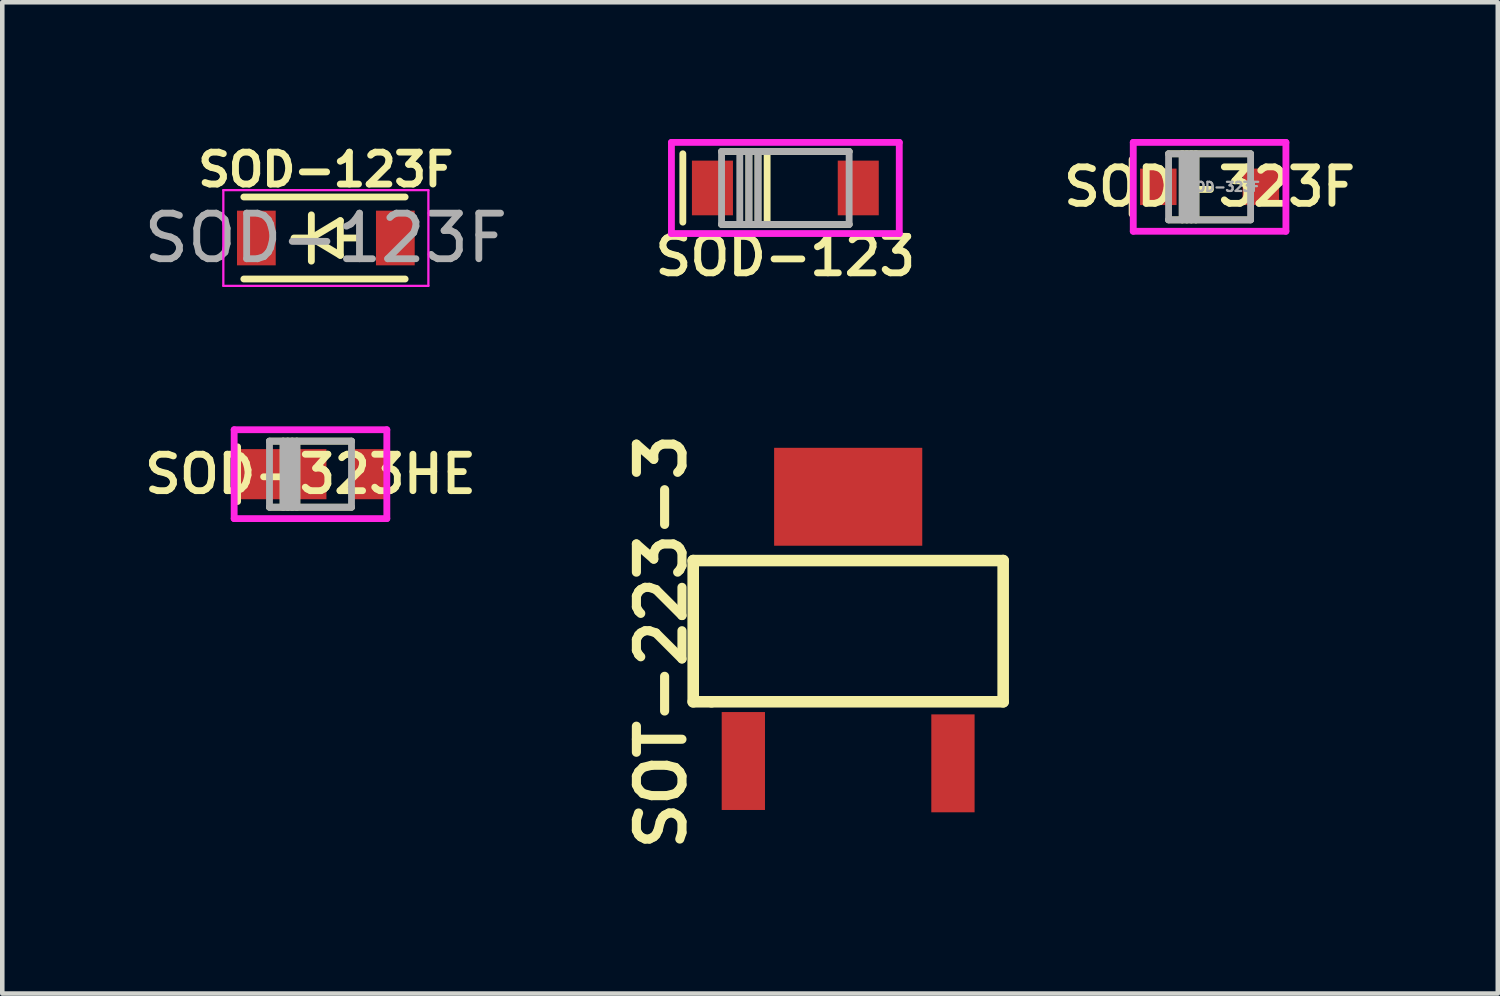
<source format=kicad_pcb>
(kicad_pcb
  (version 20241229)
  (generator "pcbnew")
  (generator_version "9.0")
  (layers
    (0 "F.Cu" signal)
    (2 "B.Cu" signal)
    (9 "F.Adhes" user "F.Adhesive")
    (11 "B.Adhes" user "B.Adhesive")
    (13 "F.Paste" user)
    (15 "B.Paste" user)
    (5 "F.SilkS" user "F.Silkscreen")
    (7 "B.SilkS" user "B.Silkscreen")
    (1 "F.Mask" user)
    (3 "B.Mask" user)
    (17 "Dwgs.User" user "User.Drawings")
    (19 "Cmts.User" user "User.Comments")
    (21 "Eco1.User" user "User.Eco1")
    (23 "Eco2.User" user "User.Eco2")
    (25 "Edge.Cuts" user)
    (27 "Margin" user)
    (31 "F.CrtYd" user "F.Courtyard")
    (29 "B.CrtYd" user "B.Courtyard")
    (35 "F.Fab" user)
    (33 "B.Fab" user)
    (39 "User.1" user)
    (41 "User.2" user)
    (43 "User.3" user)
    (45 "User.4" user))
  (footprint "SOD-323HE"
    (layer "F.Cu")
    (at 3.764 7.356)
    (property "Reference" "SOD-323HE" (at 0 0 0) (layer "F.SilkS") (effects (font (size 0.8 0.8) (thickness 0.15))))
    (attr smd)
    (fp_line (start -1.6 -0.6) (end -1.6 0.6) (stroke (width 0.15) (type solid)) (layer "F.SilkS"))
    (fp_line (start -0.6 0.725) (end -0.6 -0.725) (stroke (width 0.15) (type solid)) (layer "F.SilkS"))
    (fp_line (start -0.5 -0.725) (end -0.5 0.725) (stroke (width 0.15) (type solid)) (layer "F.SilkS"))
    (fp_line (start -0.4 0.725) (end -0.4 -0.725) (stroke (width 0.15) (type solid)) (layer "F.SilkS"))
    (fp_line (start -0.3 -0.725) (end -0.3 0.725) (stroke (width 0.15) (type solid)) (layer "F.SilkS"))
    (fp_line (start 0.9 -0.725) (end -0.9 -0.725) (stroke (width 0.15) (type solid)) (layer "F.SilkS"))
    (fp_line (start 0.9 0.725) (end -0.9 0.725) (stroke (width 0.15) (type solid)) (layer "F.SilkS"))
    (fp_line (start -1.675 -0.975) (end 1.675 -0.975) (stroke (width 0.15) (type solid)) (layer "F.CrtYd"))
    (fp_line (start -1.675 0.975) (end -1.675 -0.975) (stroke (width 0.15) (type solid)) (layer "F.CrtYd"))
    (fp_line (start 1.675 -0.975) (end 1.675 0.975) (stroke (width 0.15) (type solid)) (layer "F.CrtYd"))
    (fp_line (start 1.675 0.975) (end -1.675 0.975) (stroke (width 0.15) (type solid)) (layer "F.CrtYd"))
    (fp_line (start -0.9 -0.725) (end 0.9 -0.725) (stroke (width 0.15) (type solid)) (layer "F.Fab"))
    (fp_line (start -0.9 0.725) (end -0.9 -0.725) (stroke (width 0.15) (type solid)) (layer "F.Fab"))
    (fp_line (start -0.6 -0.725) (end -0.6 0.725) (stroke (width 0.15) (type solid)) (layer "F.Fab"))
    (fp_line (start -0.5 0.725) (end -0.5 -0.725) (stroke (width 0.15) (type solid)) (layer "F.Fab"))
    (fp_line (start -0.4 -0.725) (end -0.4 0.725) (stroke (width 0.15) (type solid)) (layer "F.Fab"))
    (fp_line (start -0.3 0.725) (end -0.3 -0.725) (stroke (width 0.15) (type solid)) (layer "F.Fab"))
    (fp_line (start 0.9 -0.725) (end 0.9 0.725) (stroke (width 0.15) (type solid)) (layer "F.Fab"))
    (fp_line (start 0.9 0.725) (end -0.9 0.725) (stroke (width 0.15) (type solid)) (layer "F.Fab"))
    (pad "1" smd rect (at -0.65 0) (size 2 1.1) (layers "F.Cu" "F.Mask" "F.Paste"))
    (pad "2" smd rect (at 1.25 0) (size 0.8 1.1) (layers "F.Cu" "F.Mask" "F.Paste")))
  (footprint "SOD-123"
    (layer "F.Cu")
    (at 14.185 1.075)
    (property "Reference" "SOD-123" (at 0 1.5 0) (layer "F.SilkS") (effects (font (size 0.8 0.8) (thickness 0.15))))
    (attr smd)
    (fp_line (start -2.25 -0.75) (end -2.25 0.75) (stroke (width 0.15) (type solid)) (layer "F.SilkS"))
    (fp_line (start -1.4 -0.8) (end 1.4 -0.8) (stroke (width 0.15) (type solid)) (layer "F.SilkS"))
    (fp_line (start -0.8 -0.8) (end -0.8 0.8) (stroke (width 0.15) (type solid)) (layer "F.SilkS"))
    (fp_line (start -0.6 0.8) (end -0.6 -0.8) (stroke (width 0.15) (type solid)) (layer "F.SilkS"))
    (fp_line (start -0.4 -0.8) (end -0.4 0.8) (stroke (width 0.15) (type solid)) (layer "F.SilkS"))
    (fp_line (start 1.4 0.8) (end -1.4 0.8) (stroke (width 0.15) (type solid)) (layer "F.SilkS"))
    (fp_line (start -2.5 -1) (end 2.5 -1) (stroke (width 0.15) (type solid)) (layer "F.CrtYd"))
    (fp_line (start -2.5 1) (end -2.5 -1) (stroke (width 0.15) (type solid)) (layer "F.CrtYd"))
    (fp_line (start 2.5 -1) (end 2.5 1) (stroke (width 0.15) (type solid)) (layer "F.CrtYd"))
    (fp_line (start 2.5 1) (end -2.5 1) (stroke (width 0.15) (type solid)) (layer "F.CrtYd"))
    (fp_line (start -1.4 -0.8) (end 1.4 -0.8) (stroke (width 0.15) (type solid)) (layer "F.Fab"))
    (fp_line (start -1.4 0.8) (end -1.4 -0.8) (stroke (width 0.15) (type solid)) (layer "F.Fab"))
    (fp_line (start -1 -0.8) (end -1 0.8) (stroke (width 0.15) (type solid)) (layer "F.Fab"))
    (fp_line (start -0.8 -0.8) (end -0.8 0.8) (stroke (width 0.15) (type solid)) (layer "F.Fab"))
    (fp_line (start -0.6 0.8) (end -0.6 -0.8) (stroke (width 0.15) (type solid)) (layer "F.Fab"))
    (fp_line (start 1.4 -0.8) (end 1.4 0.8) (stroke (width 0.15) (type solid)) (layer "F.Fab"))
    (fp_line (start 1.4 0.8) (end -1.4 0.8) (stroke (width 0.15) (type solid)) (layer "F.Fab"))
    (pad "1" smd rect (at -1.6 0) (size 0.9 1.2) (layers "F.Cu" "F.Mask" "F.Paste"))
    (pad "2" smd rect (at 1.6 0) (size 0.9 1.2) (layers "F.Cu" "F.Mask" "F.Paste")))
  (footprint "SOT-223-3"
    (layer "F.Cu")
    (at 15.564 10.73)
    (property "Reference" "SOT-223-3" (at -4.1 0.3 90) (layer "F.SilkS") (effects (font (size 1 1) (thickness 0.2))))
    (attr smd)
    (fp_line (start -3.401 -1.478) (end 3.401 -1.478) (stroke (width 0.254) (type solid)) (layer "F.SilkS"))
    (fp_line (start -3.401 1.621) (end -3.401 -1.478) (stroke (width 0.254) (type solid)) (layer "F.SilkS"))
    (fp_line (start -3 1.621) (end -3.401 1.621) (stroke (width 0.254) (type solid)) (layer "F.SilkS"))
    (fp_line (start -3 1.621) (end 3.401 1.621) (stroke (width 0.254) (type solid)) (layer "F.SilkS"))
    (fp_line (start 3.401 1.621) (end 3.401 -1.478) (stroke (width 0.254) (type solid)) (layer "F.SilkS"))
    (pad "1" smd rect (at -2.301 2.921) (size 0.95 2.149) (layers "F.Cu" "F.Mask" "F.Paste"))
    (pad "2" smd rect (at 0 -2.878) (size 3.251 2.149) (layers "F.Cu" "F.Mask" "F.Paste"))
    (pad "3" smd rect (at 2.299 2.972) (size 0.95 2.149) (layers "F.Cu" "F.Mask" "F.Paste")))
  (footprint "SOD-123F"
    (layer "F.Cu")
    (at 4.101 2.173)
    (property "Reference" "SOD-123F" (at 0 -1.5 0) (layer "F.SilkS") (effects (font (size 0.7 0.7) (thickness 0.15))))
    (attr smd)
    (fp_line (start -1.8 -0.9) (end 1.74 -0.9) (stroke (width 0.15) (type solid)) (layer "F.SilkS"))
    (fp_line (start -1.8 0.9) (end 1.74 0.9) (stroke (width 0.15) (type solid)) (layer "F.SilkS"))
    (fp_line (start -0.699 0) (end -0.318 0) (stroke (width 0.15) (type solid)) (layer "F.SilkS"))
    (fp_line (start -0.318 -0.508) (end -0.318 0.508) (stroke (width 0.15) (type solid)) (layer "F.SilkS"))
    (fp_line (start -0.318 0) (end 0.318 -0.381) (stroke (width 0.15) (type solid)) (layer "F.SilkS"))
    (fp_line (start 0.318 -0.381) (end 0.318 0.381) (stroke (width 0.15) (type solid)) (layer "F.SilkS"))
    (fp_line (start 0.318 0) (end 0.699 0) (stroke (width 0.15) (type solid)) (layer "F.SilkS"))
    (fp_line (start 0.318 0.381) (end -0.318 0) (stroke (width 0.15) (type solid)) (layer "F.SilkS"))
    (fp_line (start -2.25 -1.05) (end -2.25 1.05) (stroke (width 0.05) (type solid)) (layer "F.CrtYd"))
    (fp_line (start -2.25 -1.05) (end 2.25 -1.05) (stroke (width 0.05) (type solid)) (layer "F.CrtYd"))
    (fp_line (start 2.25 -1.05) (end 2.25 1.05) (stroke (width 0.05) (type solid)) (layer "F.CrtYd"))
    (fp_line (start 2.25 1.05) (end -2.25 1.05) (stroke (width 0.05) (type solid)) (layer "F.CrtYd"))
    (fp_text user "${REFERENCE}" (at 0 0 0) (layer "F.Fab") (effects (font (size 1 1) (thickness 0.15))))
    (pad "1" smd rect (at -1.525 0) (size 0.85 1.2) (layers "F.Cu" "F.Mask" "F.Paste"))
    (pad "2" smd rect (at 1.525 0) (size 0.85 1.2) (layers "F.Cu" "F.Mask" "F.Paste")))
  (footprint "SOD-323F"
    (layer "F.Cu")
    (at 23.495 1.05)
    (property "Reference" "SOD-323F" (at 0 0 0) (layer "F.SilkS") (effects (font (size 0.8 0.8) (thickness 0.15))))
    (attr smd)
    (fp_line (start -1.7 -0.6) (end -1.7 0.6) (stroke (width 0.15) (type solid)) (layer "F.SilkS"))
    (fp_line (start -0.6 0.725) (end -0.6 -0.725) (stroke (width 0.15) (type solid)) (layer "F.SilkS"))
    (fp_line (start -0.5 -0.725) (end -0.5 0.725) (stroke (width 0.15) (type solid)) (layer "F.SilkS"))
    (fp_line (start -0.4 0.725) (end -0.4 -0.725) (stroke (width 0.15) (type solid)) (layer "F.SilkS"))
    (fp_line (start -0.3 -0.725) (end -0.3 0.725) (stroke (width 0.15) (type solid)) (layer "F.SilkS"))
    (fp_line (start 0.9 -0.725) (end -0.9 -0.725) (stroke (width 0.15) (type solid)) (layer "F.SilkS"))
    (fp_line (start 0.9 0.725) (end -0.9 0.725) (stroke (width 0.15) (type solid)) (layer "F.SilkS"))
    (fp_line (start -1.675 -0.975) (end 1.675 -0.975) (stroke (width 0.15) (type solid)) (layer "F.CrtYd"))
    (fp_line (start -1.675 0.975) (end -1.675 -0.975) (stroke (width 0.15) (type solid)) (layer "F.CrtYd"))
    (fp_line (start 1.675 -0.975) (end 1.675 0.975) (stroke (width 0.15) (type solid)) (layer "F.CrtYd"))
    (fp_line (start 1.675 0.975) (end -1.675 0.975) (stroke (width 0.15) (type solid)) (layer "F.CrtYd"))
    (fp_line (start -0.9 -0.725) (end 0.9 -0.725) (stroke (width 0.15) (type solid)) (layer "F.Fab"))
    (fp_line (start -0.9 0.725) (end -0.9 -0.725) (stroke (width 0.15) (type solid)) (layer "F.Fab"))
    (fp_line (start -0.6 -0.725) (end -0.6 0.725) (stroke (width 0.15) (type solid)) (layer "F.Fab"))
    (fp_line (start -0.5 0.725) (end -0.5 -0.725) (stroke (width 0.15) (type solid)) (layer "F.Fab"))
    (fp_line (start -0.4 -0.725) (end -0.4 0.725) (stroke (width 0.15) (type solid)) (layer "F.Fab"))
    (fp_line (start -0.3 0.725) (end -0.3 -0.725) (stroke (width 0.15) (type solid)) (layer "F.Fab"))
    (fp_line (start 0.9 -0.725) (end 0.9 0.725) (stroke (width 0.15) (type solid)) (layer "F.Fab"))
    (fp_line (start 0.9 0.725) (end -0.9 0.725) (stroke (width 0.15) (type solid)) (layer "F.Fab"))
    (fp_text user "${REFERENCE}" (at 0.3 0 0) (layer "F.Fab") (effects (font (size 0.2 0.2) (thickness 0.05))))
    (pad "1" smd rect (at -1.125 0) (size 0.8 0.8) (layers "F.Cu" "F.Mask" "F.Paste"))
    (pad "2" smd rect (at 1.125 0) (size 0.8 0.8) (layers "F.Cu" "F.Mask" "F.Paste")))
  (gr_rect
    (start -3 -3)
    (end 29.82 18.754)
    (stroke (width 0.1) (type default))
    (fill no)
    (layer "Edge.Cuts")))
</source>
